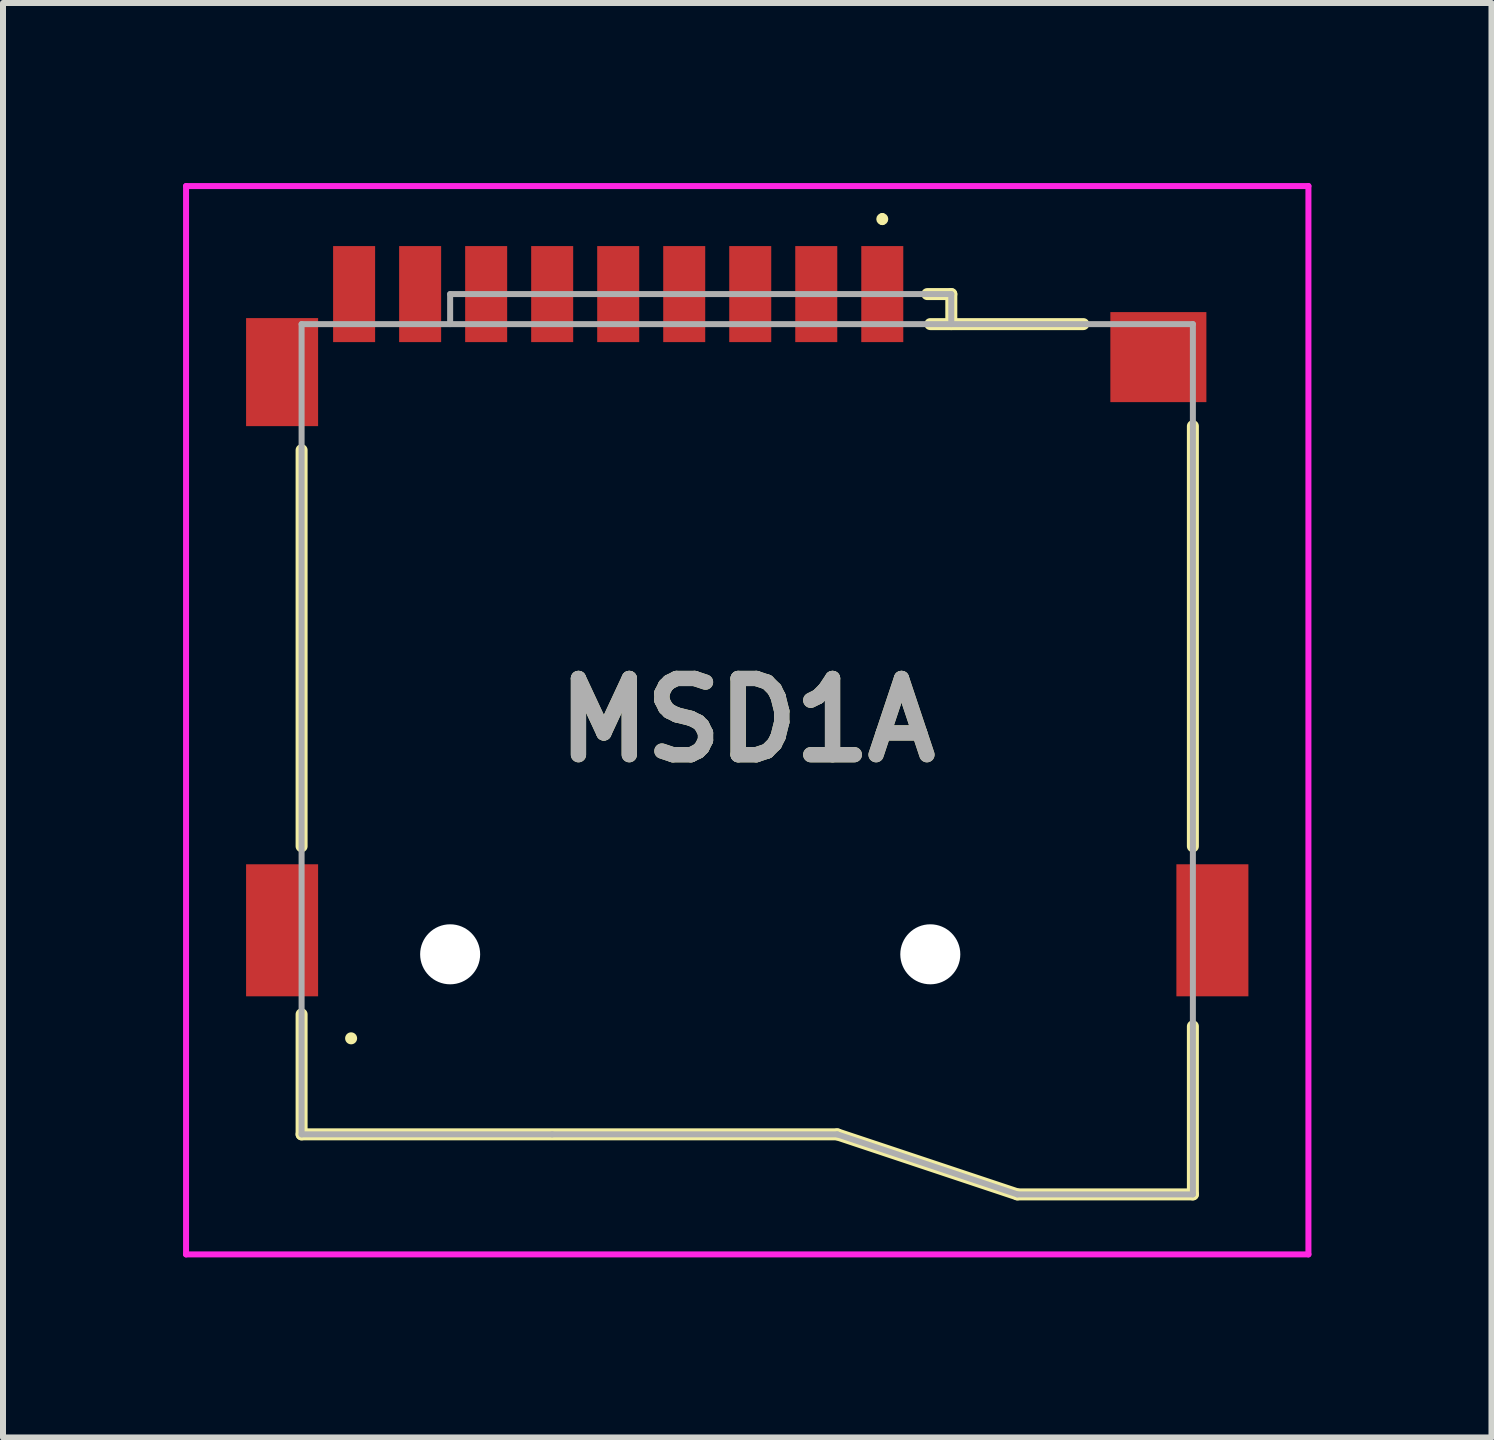
<source format=kicad_pcb>
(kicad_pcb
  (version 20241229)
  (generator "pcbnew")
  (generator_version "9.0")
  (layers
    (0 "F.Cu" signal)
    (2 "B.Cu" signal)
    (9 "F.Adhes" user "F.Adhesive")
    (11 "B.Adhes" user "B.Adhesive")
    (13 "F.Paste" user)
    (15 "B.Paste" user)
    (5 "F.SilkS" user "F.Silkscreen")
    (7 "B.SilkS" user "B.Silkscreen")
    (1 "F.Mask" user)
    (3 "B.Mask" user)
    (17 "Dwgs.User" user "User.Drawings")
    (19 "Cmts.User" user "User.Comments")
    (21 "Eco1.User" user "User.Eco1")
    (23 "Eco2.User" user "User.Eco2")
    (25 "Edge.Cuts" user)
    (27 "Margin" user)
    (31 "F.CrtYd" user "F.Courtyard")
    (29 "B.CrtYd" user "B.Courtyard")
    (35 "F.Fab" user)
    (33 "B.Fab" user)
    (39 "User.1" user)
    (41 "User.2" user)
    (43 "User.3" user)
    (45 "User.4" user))
  (footprint "MSD1A"
    (layer "F.Cu")
    (at 9.4 8.95)
    (property "Reference" "MSD1A" (at 0 0 0) (layer "F.SilkS") (effects (font (size 1.27 1.27) (thickness 0.254))))
    (attr through_hole)
    (fp_line (start -7.425 -4.5) (end -7.425 2.1) (stroke (width 0.2) (type solid)) (layer "F.SilkS"))
    (fp_line (start -7.425 4.9) (end -7.425 6.9) (stroke (width 0.2) (type solid)) (layer "F.SilkS"))
    (fp_line (start -7.425 6.9) (end 1.5 6.9) (stroke (width 0.2) (type solid)) (layer "F.SilkS"))
    (fp_line (start -6.6 5.3) (end -6.6 5.3) (stroke (width 0.2) (type solid)) (layer "F.SilkS"))
    (fp_line (start 1.5 6.9) (end 4.5 7.9) (stroke (width 0.2) (type solid)) (layer "F.SilkS"))
    (fp_line (start 2.25 -8.4) (end 2.25 -8.4) (stroke (width 0.1) (type solid)) (layer "F.SilkS"))
    (fp_line (start 2.25 -8.3) (end 2.25 -8.3) (stroke (width 0.1) (type solid)) (layer "F.SilkS"))
    (fp_line (start 3.05 -6.6) (end 5.6 -6.6) (stroke (width 0.2) (type solid)) (layer "F.SilkS"))
    (fp_line (start 3.4 -7.1) (end 3 -7.1) (stroke (width 0.2) (type solid)) (layer "F.SilkS"))
    (fp_line (start 3.4 -6.6) (end 3.4 -7.1) (stroke (width 0.2) (type solid)) (layer "F.SilkS"))
    (fp_line (start 4.5 7.9) (end 7.425 7.9) (stroke (width 0.2) (type solid)) (layer "F.SilkS"))
    (fp_line (start 7.425 2.1) (end 7.425 -4.9) (stroke (width 0.2) (type solid)) (layer "F.SilkS"))
    (fp_line (start 7.425 7.9) (end 7.425 5.1) (stroke (width 0.2) (type solid)) (layer "F.SilkS"))
    (fp_arc (start 2.25 -8.4) (mid 2.3 -8.35) (end 2.25 -8.3) (stroke (width 0.1) (type solid)) (layer "F.SilkS"))
    (fp_arc (start 2.25 -8.3) (mid 2.2 -8.35) (end 2.25 -8.4) (stroke (width 0.1) (type solid)) (layer "F.SilkS"))
    (fp_line (start -9.35 -8.9) (end 9.35 -8.9) (stroke (width 0.1) (type solid)) (layer "F.CrtYd"))
    (fp_line (start -9.35 8.9) (end -9.35 -8.9) (stroke (width 0.1) (type solid)) (layer "F.CrtYd"))
    (fp_line (start 9.35 -8.9) (end 9.35 8.9) (stroke (width 0.1) (type solid)) (layer "F.CrtYd"))
    (fp_line (start 9.35 8.9) (end -9.35 8.9) (stroke (width 0.1) (type solid)) (layer "F.CrtYd"))
    (fp_line (start -7.425 -6.6) (end -7.425 6.9) (stroke (width 0.1) (type solid)) (layer "F.Fab"))
    (fp_line (start -7.425 6.9) (end -3.25 6.9) (stroke (width 0.1) (type solid)) (layer "F.Fab"))
    (fp_line (start -4.95 -7.1) (end -4.95 -6.6) (stroke (width 0.1) (type solid)) (layer "F.Fab"))
    (fp_line (start -3.25 6.9) (end 1.5 6.9) (stroke (width 0.1) (type solid)) (layer "F.Fab"))
    (fp_line (start 1.5 6.9) (end 4.5 7.9) (stroke (width 0.1) (type solid)) (layer "F.Fab"))
    (fp_line (start 3.4 -7.1) (end -4.95 -7.1) (stroke (width 0.1) (type solid)) (layer "F.Fab"))
    (fp_line (start 3.4 -6.6) (end 3.4 -7.1) (stroke (width 0.1) (type solid)) (layer "F.Fab"))
    (fp_line (start 4.5 7.9) (end 7.425 7.9) (stroke (width 0.1) (type solid)) (layer "F.Fab"))
    (fp_line (start 7.425 -6.6) (end -7.425 -6.6) (stroke (width 0.1) (type solid)) (layer "F.Fab"))
    (fp_line (start 7.425 7.9) (end 7.425 -6.6) (stroke (width 0.1) (type solid)) (layer "F.Fab"))
    (fp_text user "${REFERENCE}" (at 0 0 0) (layer "F.Fab") (effects (font (size 1.27 1.27) (thickness 0.254))))
    (pad "" np_thru_hole circle (at -4.95 3.9) (size 1 1) (drill 1) (layers "*.Cu" "*.Mask"))
    (pad "" np_thru_hole circle (at 3.05 3.9) (size 1 1) (drill 1) (layers "*.Cu" "*.Mask"))
    (pad "1" smd rect (at 2.25 -7.1) (size 0.7 1.6) (layers "F.Cu" "F.Mask" "F.Paste"))
    (pad "2" smd rect (at 1.15 -7.1) (size 0.7 1.6) (layers "F.Cu" "F.Mask" "F.Paste"))
    (pad "3" smd rect (at 0.05 -7.1) (size 0.7 1.6) (layers "F.Cu" "F.Mask" "F.Paste"))
    (pad "4" smd rect (at -1.05 -7.1) (size 0.7 1.6) (layers "F.Cu" "F.Mask" "F.Paste"))
    (pad "5" smd rect (at -2.15 -7.1) (size 0.7 1.6) (layers "F.Cu" "F.Mask" "F.Paste"))
    (pad "6" smd rect (at -3.25 -7.1) (size 0.7 1.6) (layers "F.Cu" "F.Mask" "F.Paste"))
    (pad "7" smd rect (at -4.35 -7.1) (size 0.7 1.6) (layers "F.Cu" "F.Mask" "F.Paste"))
    (pad "8" smd rect (at -5.45 -7.1) (size 0.7 1.6) (layers "F.Cu" "F.Mask" "F.Paste"))
    (pad "9" smd rect (at 6.85 -6.05 90) (size 1.5 1.6) (layers "F.Cu" "F.Mask" "F.Paste"))
    (pad "10" smd rect (at -7.75 -5.8) (size 1.2 1.8) (layers "F.Cu" "F.Mask" "F.Paste"))
    (pad "11" smd rect (at 7.75 3.5) (size 1.2 2.2) (layers "F.Cu" "F.Mask" "F.Paste"))
    (pad "12" smd rect (at -7.75 3.5) (size 1.2 2.2) (layers "F.Cu" "F.Mask" "F.Paste"))
    (pad "CD1" smd rect (at -6.55 -7.1) (size 0.7 1.6) (layers "F.Cu" "F.Mask" "F.Paste")))
  (gr_rect
    (start -3 -3)
    (end 21.8 20.9)
    (stroke (width 0.1) (type default))
    (fill no)
    (layer "Edge.Cuts")))
</source>
